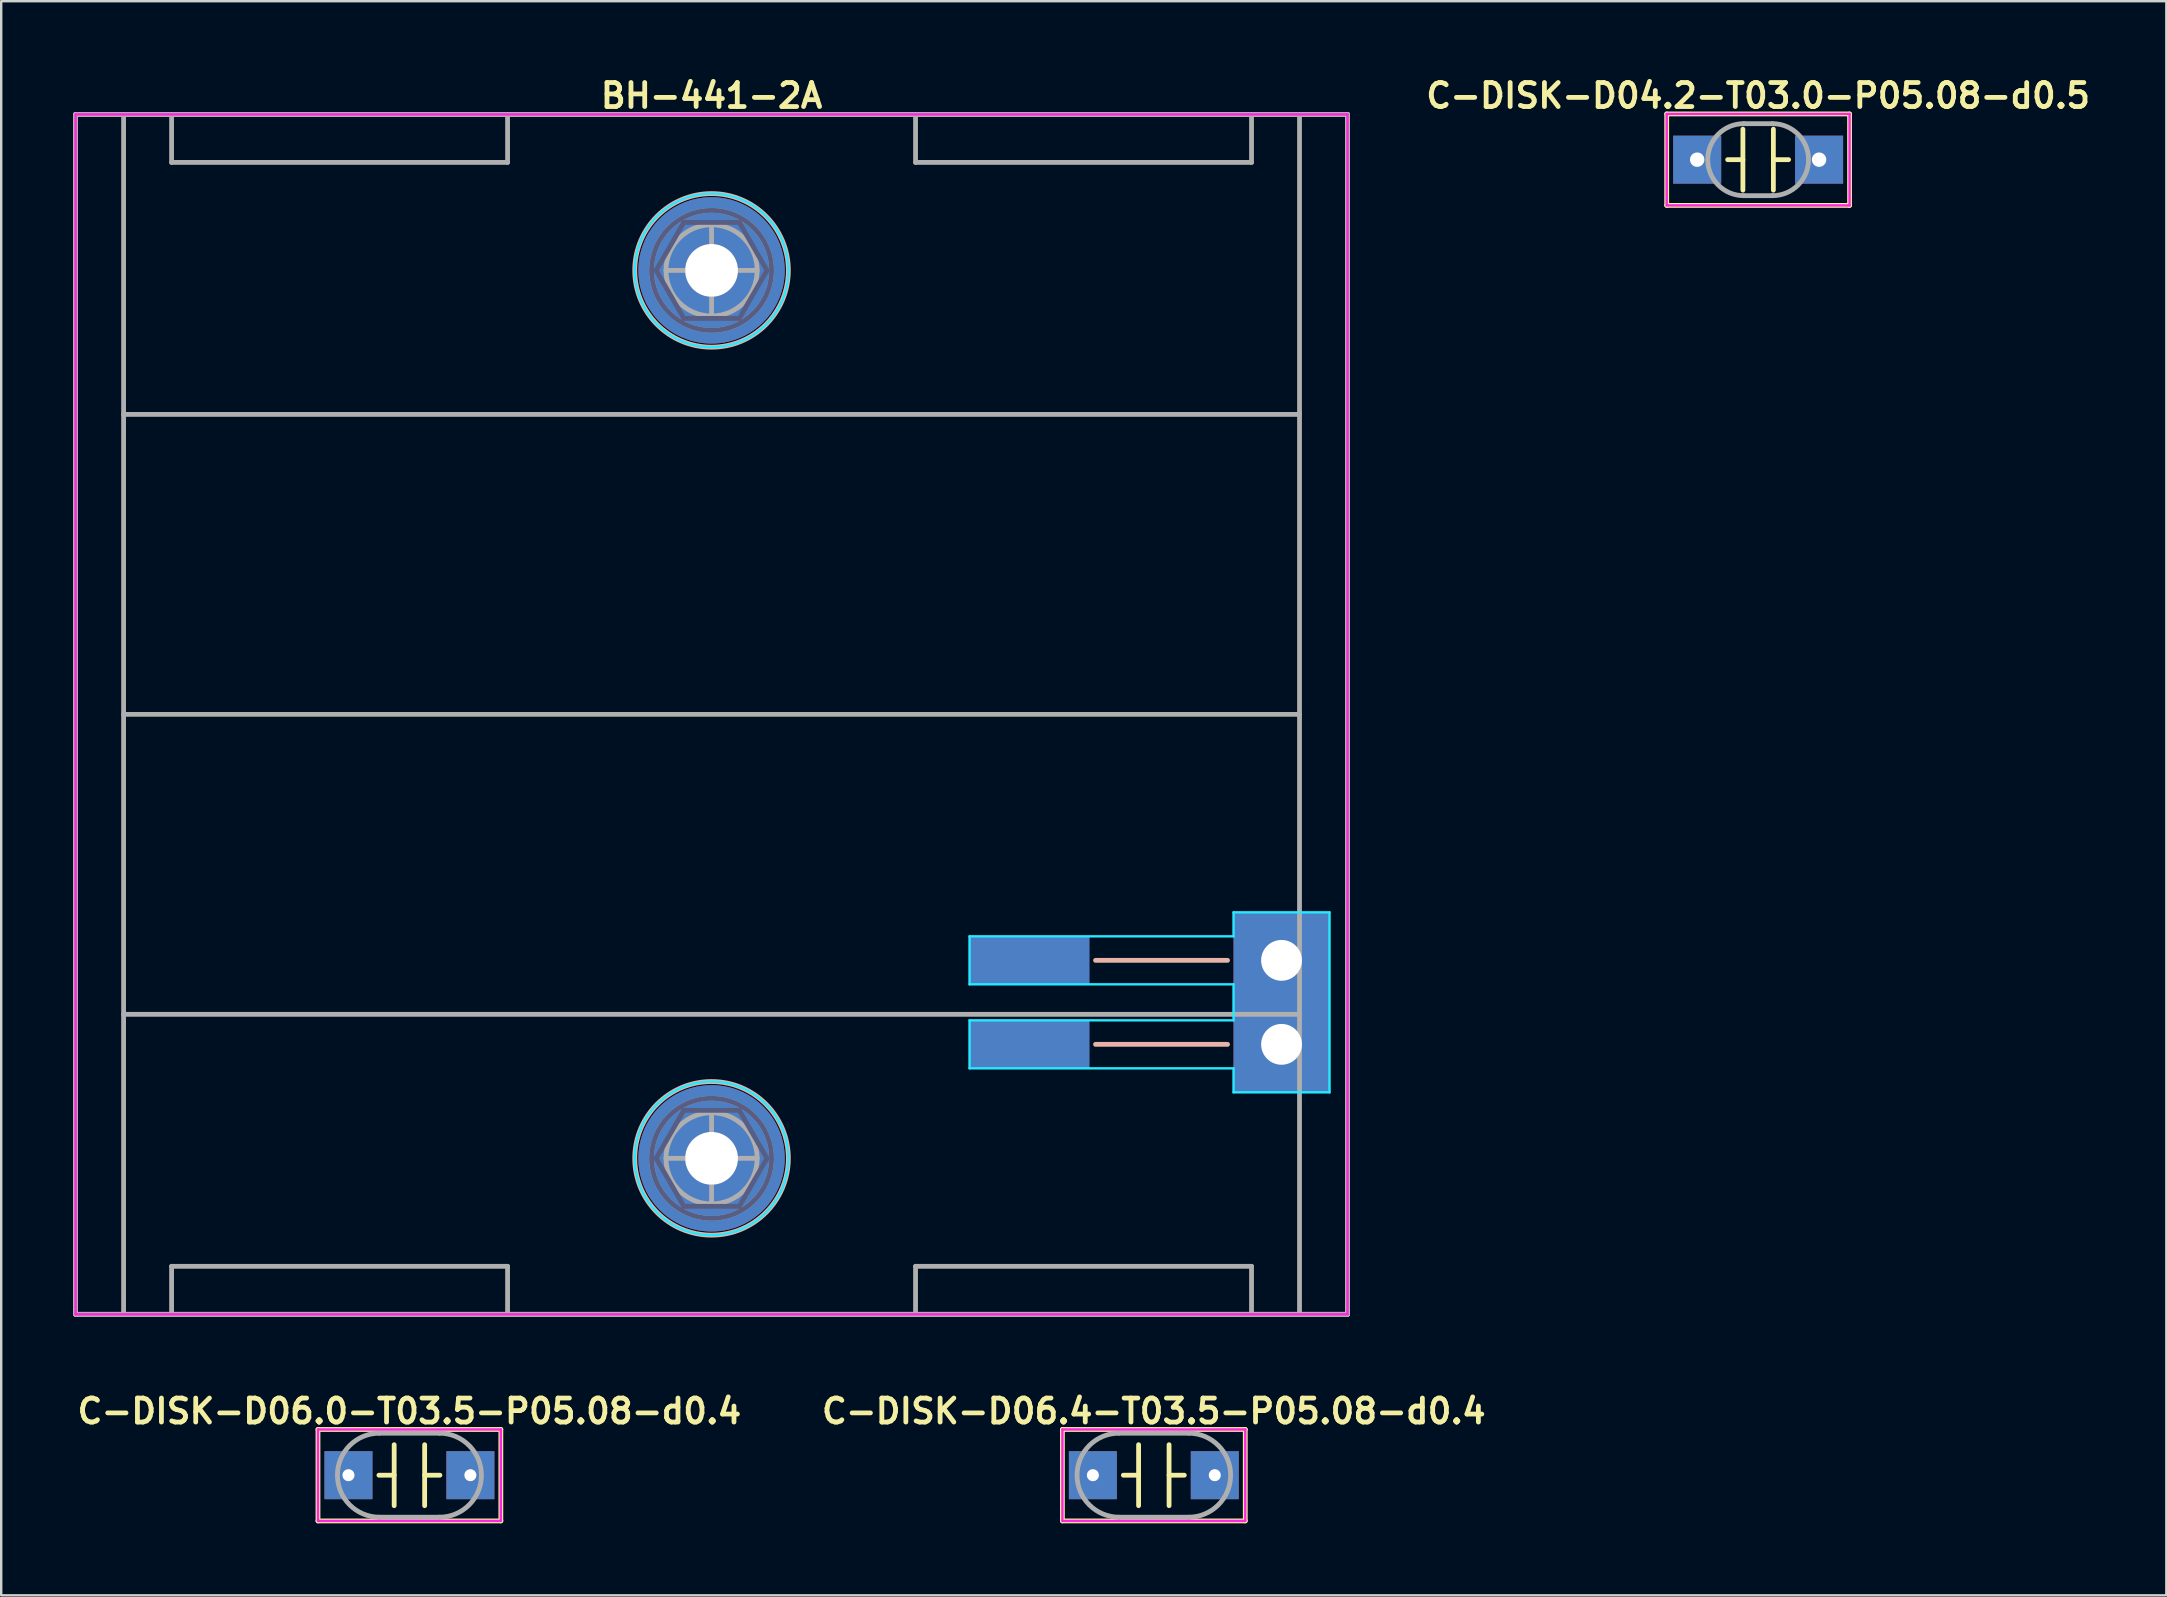
<source format=kicad_pcb>
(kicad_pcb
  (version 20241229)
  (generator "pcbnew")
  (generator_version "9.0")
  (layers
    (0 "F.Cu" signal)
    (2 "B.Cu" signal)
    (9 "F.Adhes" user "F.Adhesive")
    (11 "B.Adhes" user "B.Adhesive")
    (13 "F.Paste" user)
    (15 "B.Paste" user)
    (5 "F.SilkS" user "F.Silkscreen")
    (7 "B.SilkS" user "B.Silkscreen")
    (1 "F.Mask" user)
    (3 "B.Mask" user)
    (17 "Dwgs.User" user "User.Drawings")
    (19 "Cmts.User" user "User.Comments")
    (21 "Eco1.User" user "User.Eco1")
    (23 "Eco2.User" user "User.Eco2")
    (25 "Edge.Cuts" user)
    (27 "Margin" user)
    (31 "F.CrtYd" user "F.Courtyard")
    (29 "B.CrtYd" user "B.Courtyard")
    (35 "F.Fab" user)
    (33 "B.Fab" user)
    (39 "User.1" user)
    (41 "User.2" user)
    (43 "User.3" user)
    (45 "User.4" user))
  (footprint "C-DISK-D06.4-T03.5-P05.08-d0.4"
    (layer "F.Cu")
    (at 45.029 58.42)
    (property "Reference" "C-DISK-D06.4-T03.5-P05.08-d0.4" (at 0 -2.667 0) (layer "F.SilkS") (effects (font (size 1 1) (thickness 0.2))))
    (attr through_hole)
    (fp_line (start -3.81 -1.905) (end -3.81 1.905) (stroke (width 0.2) (type solid)) (layer "F.SilkS"))
    (fp_line (start -3.81 -1.905) (end 3.81 -1.905) (stroke (width 0.2) (type solid)) (layer "F.SilkS"))
    (fp_line (start -3.81 1.905) (end 3.81 1.905) (stroke (width 0.2) (type solid)) (layer "F.SilkS"))
    (fp_line (start -1.27 0) (end -0.635 0) (stroke (width 0.2) (type solid)) (layer "F.SilkS"))
    (fp_line (start -0.635 -1.27) (end -0.635 1.27) (stroke (width 0.2) (type solid)) (layer "F.SilkS"))
    (fp_line (start 0.635 -1.27) (end 0.635 1.27) (stroke (width 0.2) (type solid)) (layer "F.SilkS"))
    (fp_line (start 0.635 0) (end 1.27 0) (stroke (width 0.2) (type solid)) (layer "F.SilkS"))
    (fp_line (start 3.81 -1.905) (end 3.81 1.905) (stroke (width 0.2) (type solid)) (layer "F.SilkS"))
    (fp_line (start -3.81 -1.905) (end -3.81 1.905) (stroke (width 0.1) (type solid)) (layer "F.CrtYd"))
    (fp_line (start -3.81 -1.905) (end 3.81 -1.905) (stroke (width 0.1) (type solid)) (layer "F.CrtYd"))
    (fp_line (start -3.81 1.905) (end 3.81 1.905) (stroke (width 0.1) (type solid)) (layer "F.CrtYd"))
    (fp_line (start 3.81 -1.905) (end 3.81 1.905) (stroke (width 0.1) (type solid)) (layer "F.CrtYd"))
    (fp_line (start -1.45 -1.75) (end 1.45 -1.75) (stroke (width 0.2) (type solid)) (layer "F.Fab"))
    (fp_line (start -1.45 1.75) (end 1.45 1.75) (stroke (width 0.2) (type solid)) (layer "F.Fab"))
    (fp_arc (start -1.45 1.75) (mid -3.2 0) (end -1.45 -1.75) (stroke (width 0.2) (type solid)) (layer "F.Fab"))
    (fp_arc (start 1.45 -1.75) (mid 3.2 0) (end 1.45 1.75) (stroke (width 0.2) (type solid)) (layer "F.Fab"))
    (pad "1" thru_hole rect (at -2.54 0) (size 2 2) (drill 0.5) (layers "*.Cu" "*.Mask"))
    (pad "2" thru_hole rect (at 2.54 0) (size 2 2) (drill 0.5) (layers "*.Cu" "*.Mask")))
  (footprint "C-DISK-D04.2-T03.0-P05.08-d0.5"
    (layer "F.Cu")
    (at 70.21 3.603)
    (property "Reference" "C-DISK-D04.2-T03.0-P05.08-d0.5" (at 0 -2.667 0) (layer "F.SilkS") (effects (font (size 1 1) (thickness 0.2))))
    (attr through_hole)
    (fp_line (start -3.81 -1.905) (end -3.81 1.905) (stroke (width 0.2) (type solid)) (layer "F.SilkS"))
    (fp_line (start -3.81 -1.905) (end 3.81 -1.905) (stroke (width 0.2) (type solid)) (layer "F.SilkS"))
    (fp_line (start -3.81 1.905) (end 3.81 1.905) (stroke (width 0.2) (type solid)) (layer "F.SilkS"))
    (fp_line (start -1.27 0) (end -0.635 0) (stroke (width 0.2) (type solid)) (layer "F.SilkS"))
    (fp_line (start -0.635 -1.27) (end -0.635 1.27) (stroke (width 0.2) (type solid)) (layer "F.SilkS"))
    (fp_line (start 0.635 -1.27) (end 0.635 1.27) (stroke (width 0.2) (type solid)) (layer "F.SilkS"))
    (fp_line (start 0.635 0) (end 1.27 0) (stroke (width 0.2) (type solid)) (layer "F.SilkS"))
    (fp_line (start 3.81 -1.905) (end 3.81 1.905) (stroke (width 0.2) (type solid)) (layer "F.SilkS"))
    (fp_line (start -3.81 -1.905) (end -3.81 1.905) (stroke (width 0.1) (type solid)) (layer "F.CrtYd"))
    (fp_line (start -3.81 -1.905) (end 3.81 -1.905) (stroke (width 0.1) (type solid)) (layer "F.CrtYd"))
    (fp_line (start -3.81 1.905) (end 3.81 1.905) (stroke (width 0.1) (type solid)) (layer "F.CrtYd"))
    (fp_line (start 3.81 -1.905) (end 3.81 1.905) (stroke (width 0.1) (type solid)) (layer "F.CrtYd"))
    (fp_line (start -0.6 -1.5) (end 0.6 -1.5) (stroke (width 0.2) (type solid)) (layer "F.Fab"))
    (fp_line (start -0.6 1.5) (end 0.6 1.5) (stroke (width 0.2) (type solid)) (layer "F.Fab"))
    (fp_arc (start -0.6 1.5) (mid -2.1 0) (end -0.6 -1.5) (stroke (width 0.2) (type solid)) (layer "F.Fab"))
    (fp_arc (start 0.6 -1.5) (mid 2.1 0) (end 0.6 1.5) (stroke (width 0.2) (type solid)) (layer "F.Fab"))
    (pad "1" thru_hole rect (at -2.54 0) (size 2 2) (drill 0.6) (layers "*.Cu" "*.Mask"))
    (pad "2" thru_hole rect (at 2.54 0) (size 2 2) (drill 0.6) (layers "*.Cu" "*.Mask")))
  (footprint "BH-441-2A"
    (layer "F.Cu")
    (at 26.6 26.717)
    (property "Reference" "BH-441-2A" (at 0 -25.781 0) (layer "F.SilkS") (effects (font (size 1 1) (thickness 0.2))))
    (attr through_hole)
    (fp_line (start -26.5 -25) (end -26.5 25) (stroke (width 0.2) (type solid)) (layer "F.SilkS"))
    (fp_line (start -26.5 -25) (end 26.5 -25) (stroke (width 0.2) (type solid)) (layer "F.SilkS"))
    (fp_line (start -26.5 25) (end 26.5 25) (stroke (width 0.2) (type solid)) (layer "F.SilkS"))
    (fp_line (start 26.5 -25) (end 26.5 25) (stroke (width 0.2) (type solid)) (layer "F.SilkS"))
    (fp_line (start 16 10.25) (end 21.5 10.25) (stroke (width 0.2) (type solid)) (layer "B.SilkS"))
    (fp_line (start 16 13.75) (end 21.5 13.75) (stroke (width 0.2) (type solid)) (layer "B.SilkS"))
    (fp_circle (center 0 -18.5) (end 3.2 -18.5) (stroke (width 0.2) (type solid)) (fill no) (layer "B.SilkS"))
    (fp_circle (center 0 18.5) (end 3.2 18.5) (stroke (width 0.2) (type solid)) (fill no) (layer "B.SilkS"))
    (fp_line (start 10.75 9.25) (end 10.75 11.25) (stroke (width 0.1) (type solid)) (layer "B.CrtYd"))
    (fp_line (start 10.75 9.25) (end 21.75 9.25) (stroke (width 0.1) (type solid)) (layer "B.CrtYd"))
    (fp_line (start 10.75 11.25) (end 21.75 11.25) (stroke (width 0.1) (type solid)) (layer "B.CrtYd"))
    (fp_line (start 10.75 12.75) (end 10.75 14.75) (stroke (width 0.1) (type solid)) (layer "B.CrtYd"))
    (fp_line (start 10.75 12.75) (end 21.75 12.75) (stroke (width 0.1) (type solid)) (layer "B.CrtYd"))
    (fp_line (start 10.75 14.75) (end 21.75 14.75) (stroke (width 0.1) (type solid)) (layer "B.CrtYd"))
    (fp_line (start 21.75 8.25) (end 21.75 9.25) (stroke (width 0.1) (type solid)) (layer "B.CrtYd"))
    (fp_line (start 21.75 8.25) (end 25.75 8.25) (stroke (width 0.1) (type solid)) (layer "B.CrtYd"))
    (fp_line (start 21.75 11.25) (end 21.75 12.75) (stroke (width 0.1) (type solid)) (layer "B.CrtYd"))
    (fp_line (start 21.75 14.75) (end 21.75 15.75) (stroke (width 0.1) (type solid)) (layer "B.CrtYd"))
    (fp_line (start 21.75 15.75) (end 25.75 15.75) (stroke (width 0.1) (type solid)) (layer "B.CrtYd"))
    (fp_line (start 25.75 8.25) (end 25.75 15.75) (stroke (width 0.1) (type solid)) (layer "B.CrtYd"))
    (fp_circle (center 0 -18.5) (end 3.2 -18.5) (stroke (width 0.1) (type solid)) (fill no) (layer "B.CrtYd"))
    (fp_circle (center 0 18.5) (end 3.2 18.5) (stroke (width 0.1) (type solid)) (fill no) (layer "B.CrtYd"))
    (fp_line (start -26.5 -25) (end -26.5 25) (stroke (width 0.1) (type solid)) (layer "F.CrtYd"))
    (fp_line (start -26.5 -25) (end 26.5 -25) (stroke (width 0.1) (type solid)) (layer "F.CrtYd"))
    (fp_line (start -26.5 25) (end 26.5 25) (stroke (width 0.1) (type solid)) (layer "F.CrtYd"))
    (fp_line (start 26.5 -25) (end 26.5 25) (stroke (width 0.1) (type solid)) (layer "F.CrtYd"))
    (fp_line (start -2.309 -18.5) (end -1.155 -20.5) (stroke (width 0.2) (type solid)) (layer "B.Fab"))
    (fp_line (start -2.309 -18.5) (end -1.155 -16.5) (stroke (width 0.2) (type solid)) (layer "B.Fab"))
    (fp_line (start -2.309 18.5) (end -1.155 16.5) (stroke (width 0.2) (type solid)) (layer "B.Fab"))
    (fp_line (start -2.309 18.5) (end -1.155 20.5) (stroke (width 0.2) (type solid)) (layer "B.Fab"))
    (fp_line (start -1.155 -20.5) (end 1.155 -20.5) (stroke (width 0.2) (type solid)) (layer "B.Fab"))
    (fp_line (start -1.155 -16.5) (end 1.155 -16.5) (stroke (width 0.2) (type solid)) (layer "B.Fab"))
    (fp_line (start -1.155 16.5) (end 1.155 16.5) (stroke (width 0.2) (type solid)) (layer "B.Fab"))
    (fp_line (start -1.155 20.5) (end 1.155 20.5) (stroke (width 0.2) (type solid)) (layer "B.Fab"))
    (fp_line (start 1.155 -20.5) (end 2.309 -18.5) (stroke (width 0.2) (type solid)) (layer "B.Fab"))
    (fp_line (start 1.155 -16.5) (end 2.309 -18.5) (stroke (width 0.2) (type solid)) (layer "B.Fab"))
    (fp_line (start 1.155 16.5) (end 2.309 18.5) (stroke (width 0.2) (type solid)) (layer "B.Fab"))
    (fp_line (start 1.155 20.5) (end 2.309 18.5) (stroke (width 0.2) (type solid)) (layer "B.Fab"))
    (fp_circle (center 0 -18.5) (end 1 -18.5) (stroke (width 0.2) (type solid)) (fill no) (layer "B.Fab"))
    (fp_circle (center 0 -18.5) (end 2.5 -18.5) (stroke (width 0.2) (type solid)) (fill no) (layer "B.Fab"))
    (fp_circle (center 0 18.5) (end 1 18.5) (stroke (width 0.2) (type solid)) (fill no) (layer "B.Fab"))
    (fp_circle (center 0 18.5) (end 2.5 18.5) (stroke (width 0.2) (type solid)) (fill no) (layer "B.Fab"))
    (fp_line (start -26.5 -25) (end -26.5 25) (stroke (width 0.2) (type solid)) (layer "F.Fab"))
    (fp_line (start -26.5 -25) (end 26.5 -25) (stroke (width 0.2) (type solid)) (layer "F.Fab"))
    (fp_line (start -26.5 25) (end 26.5 25) (stroke (width 0.2) (type solid)) (layer "F.Fab"))
    (fp_line (start -24.5 -25) (end -24.5 25) (stroke (width 0.2) (type solid)) (layer "F.Fab"))
    (fp_line (start -24.5 -12.5) (end 24.5 -12.5) (stroke (width 0.2) (type solid)) (layer "F.Fab"))
    (fp_line (start -24.5 0) (end 24.5 0) (stroke (width 0.2) (type solid)) (layer "F.Fab"))
    (fp_line (start -24.5 12.5) (end 24.5 12.5) (stroke (width 0.2) (type solid)) (layer "F.Fab"))
    (fp_line (start -22.5 -25) (end -22.5 -23) (stroke (width 0.2) (type solid)) (layer "F.Fab"))
    (fp_line (start -22.5 -23) (end -8.5 -23) (stroke (width 0.2) (type solid)) (layer "F.Fab"))
    (fp_line (start -22.5 23) (end -22.5 25) (stroke (width 0.2) (type solid)) (layer "F.Fab"))
    (fp_line (start -22.5 23) (end -8.5 23) (stroke (width 0.2) (type solid)) (layer "F.Fab"))
    (fp_line (start -8.5 -25) (end -8.5 -23) (stroke (width 0.2) (type solid)) (layer "F.Fab"))
    (fp_line (start -8.5 23) (end -8.5 25) (stroke (width 0.2) (type solid)) (layer "F.Fab"))
    (fp_line (start -1.9 -18.5) (end 1.9 -18.5) (stroke (width 0.2) (type solid)) (layer "F.Fab"))
    (fp_line (start -1.9 18.5) (end 1.9 18.5) (stroke (width 0.2) (type solid)) (layer "F.Fab"))
    (fp_line (start 0 -20.4) (end 0 -16.6) (stroke (width 0.2) (type solid)) (layer "F.Fab"))
    (fp_line (start 0 16.6) (end 0 20.4) (stroke (width 0.2) (type solid)) (layer "F.Fab"))
    (fp_line (start 8.5 -25) (end 8.5 -23) (stroke (width 0.2) (type solid)) (layer "F.Fab"))
    (fp_line (start 8.5 -23) (end 22.5 -23) (stroke (width 0.2) (type solid)) (layer "F.Fab"))
    (fp_line (start 8.5 23) (end 8.5 25) (stroke (width 0.2) (type solid)) (layer "F.Fab"))
    (fp_line (start 8.5 23) (end 22.5 23) (stroke (width 0.2) (type solid)) (layer "F.Fab"))
    (fp_line (start 22.5 -25) (end 22.5 -23) (stroke (width 0.2) (type solid)) (layer "F.Fab"))
    (fp_line (start 22.5 23) (end 22.5 25) (stroke (width 0.2) (type solid)) (layer "F.Fab"))
    (fp_line (start 24.5 -25) (end 24.5 25) (stroke (width 0.2) (type solid)) (layer "F.Fab"))
    (fp_line (start 26.5 -25) (end 26.5 25) (stroke (width 0.2) (type solid)) (layer "F.Fab"))
    (fp_circle (center 0 -18.5) (end 1.9 -18.5) (stroke (width 0.2) (type solid)) (fill no) (layer "F.Fab"))
    (fp_circle (center 0 -18.5) (end 2.5 -18.5) (stroke (width 0.2) (type solid)) (fill no) (layer "F.Fab"))
    (fp_circle (center 0 18.5) (end 1.9 18.5) (stroke (width 0.2) (type solid)) (fill no) (layer "F.Fab"))
    (fp_circle (center 0 18.5) (end 2.5 18.5) (stroke (width 0.2) (type solid)) (fill no) (layer "F.Fab"))
    (pad "+" smd rect (at 13.25 13.75) (size 5 2) (layers "B.Cu" "B.Mask"))
    (pad "-" smd rect (at 13.25 10.25) (size 5 2) (layers "B.Cu" "B.Mask"))
    (pad "0" thru_hole circle (at 0 -18.5) (size 6.1 6.1) (drill 2.2) (layers "B.Cu" "B.Mask"))
    (pad "0" thru_hole circle (at 0 18.5) (size 6.1 6.1) (drill 2.2) (layers "B.Cu" "B.Mask"))
    (pad "0" thru_hole rect (at 23.75 10.25) (size 4 4) (drill 1.7) (layers "B.Cu"))
    (pad "0" thru_hole rect (at 23.75 13.75) (size 4 4) (drill 1.7) (layers "B.Cu")))
  (footprint "C-DISK-D06.0-T03.5-P05.08-d0.4"
    (layer "F.Cu")
    (at 14.01 58.42)
    (property "Reference" "C-DISK-D06.0-T03.5-P05.08-d0.4" (at 0 -2.667 0) (layer "F.SilkS") (effects (font (size 1 1) (thickness 0.2))))
    (attr through_hole)
    (fp_line (start -3.81 -1.905) (end -3.81 1.905) (stroke (width 0.2) (type solid)) (layer "F.SilkS"))
    (fp_line (start -3.81 -1.905) (end 3.81 -1.905) (stroke (width 0.2) (type solid)) (layer "F.SilkS"))
    (fp_line (start -3.81 1.905) (end 3.81 1.905) (stroke (width 0.2) (type solid)) (layer "F.SilkS"))
    (fp_line (start -1.27 0) (end -0.635 0) (stroke (width 0.2) (type solid)) (layer "F.SilkS"))
    (fp_line (start -0.635 -1.27) (end -0.635 1.27) (stroke (width 0.2) (type solid)) (layer "F.SilkS"))
    (fp_line (start 0.635 -1.27) (end 0.635 1.27) (stroke (width 0.2) (type solid)) (layer "F.SilkS"))
    (fp_line (start 0.635 0) (end 1.27 0) (stroke (width 0.2) (type solid)) (layer "F.SilkS"))
    (fp_line (start 3.81 -1.905) (end 3.81 1.905) (stroke (width 0.2) (type solid)) (layer "F.SilkS"))
    (fp_line (start -3.81 -1.905) (end -3.81 1.905) (stroke (width 0.1) (type solid)) (layer "F.CrtYd"))
    (fp_line (start -3.81 -1.905) (end 3.81 -1.905) (stroke (width 0.1) (type solid)) (layer "F.CrtYd"))
    (fp_line (start -3.81 1.905) (end 3.81 1.905) (stroke (width 0.1) (type solid)) (layer "F.CrtYd"))
    (fp_line (start 3.81 -1.905) (end 3.81 1.905) (stroke (width 0.1) (type solid)) (layer "F.CrtYd"))
    (fp_line (start -1.25 -1.75) (end 1.25 -1.75) (stroke (width 0.2) (type solid)) (layer "F.Fab"))
    (fp_line (start -1.25 1.75) (end 1.25 1.75) (stroke (width 0.2) (type solid)) (layer "F.Fab"))
    (fp_arc (start -1.25 1.75) (mid -3 0) (end -1.25 -1.75) (stroke (width 0.2) (type solid)) (layer "F.Fab"))
    (fp_arc (start 1.25 -1.75) (mid 3 0) (end 1.25 1.75) (stroke (width 0.2) (type solid)) (layer "F.Fab"))
    (pad "1" thru_hole rect (at -2.54 0) (size 2 2) (drill 0.5) (layers "*.Cu" "*.Mask"))
    (pad "2" thru_hole rect (at 2.54 0) (size 2 2) (drill 0.5) (layers "*.Cu" "*.Mask")))
  (gr_rect
    (start -3 -3)
    (end 87.219 63.425)
    (stroke (width 0.1) (type default))
    (fill no)
    (layer "Edge.Cuts")))
</source>
